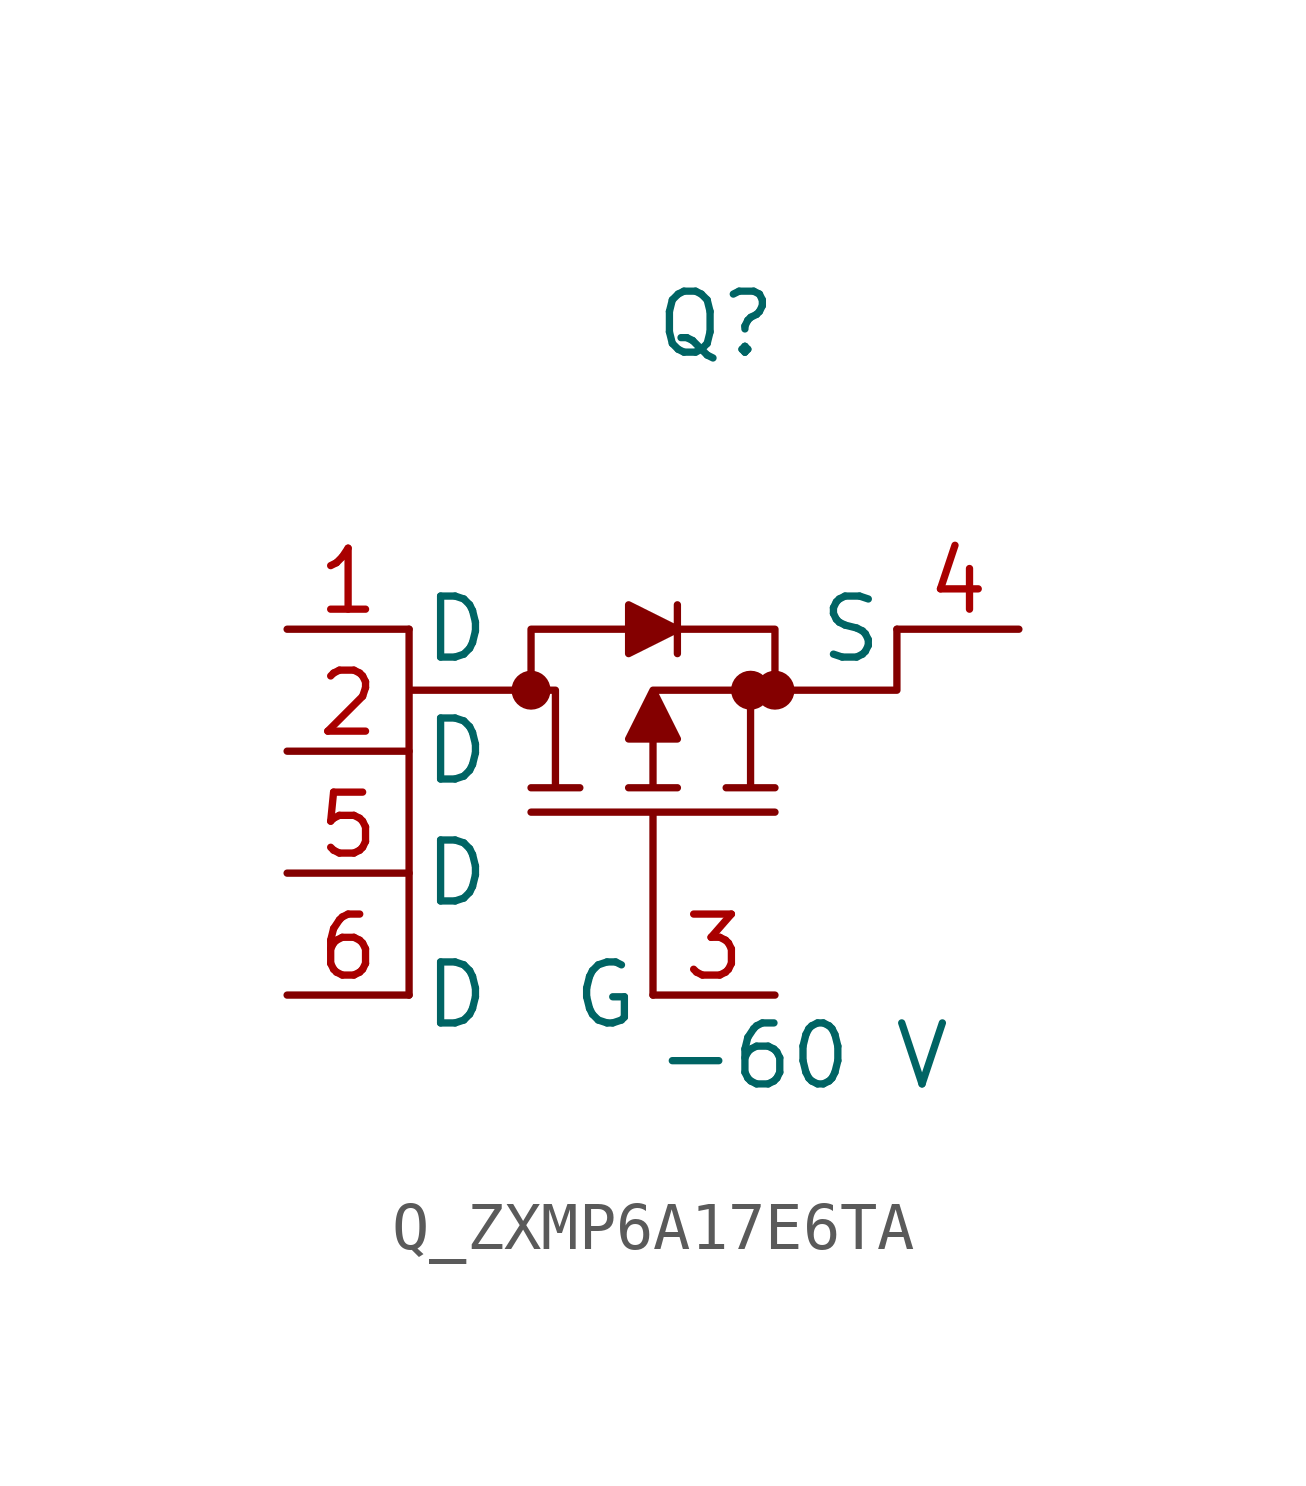
<source format=kicad_sym>
(kicad_symbol_lib
  (version 20231120)
  (generator kicad_symbol_editor)
  (generator_version 8.0)
  (symbol "Q_ZXMP6A17E6TA"
    (pin_names
      (offset 0.254))
    (property "Reference" "Q"
      (at 0 7.62 0)
      (effects (font (size 1.27 1.27)) (justify left)))
    (property "Value" "-60 V"
      (at 0 -7.62 0)
      (effects (font (size 1.27 1.27)) (justify left)))
    (symbol "Q_ZXMP6A17E6TA_1_0"
      (polyline (pts (xy 0 -6.35) (xy 0 -2.54) (xy -2.54 -2.54) (xy 2.54 -2.54) (xy 0 -2.54) (xy 0 -6.35)) (stroke (width 0) (type default)) (fill (type outline)))
      (polyline (pts (xy -5.08 1.27) (xy -5.08 -6.35) (xy -5.08 0.0) (xy -2.54 0.0) (xy -2.032 0.0) (xy -2.032 -2.032) (xy -2.54 -2.032) (xy -1.524 -2.032) (xy -2.032 -2.032) (xy -2.032 0.0) (xy -2.54 0.0) (xy -2.54 1.27) (xy -0.508 1.27) (xy -0.508 0.762) (xy 0.508 1.27) (xy 0.508 0.762) (xy 0.508 1.27) (xy 2.54 1.27) (xy 2.54 0.0) (xy 0 0.0) (xy -0.508 -1.016) (xy 0 -1.016) (xy 0 -2.032) (xy -0.508 -2.032) (xy 0.508 -2.032) (xy 0 -2.032) (xy 0 -1.016) (xy 0.508 -1.016) (xy 0 0.0) (xy 2.032 0.0) (xy 2.032 -2.032) (xy 1.524 -2.032) (xy 2.54 -2.032) (xy 2.032 -2.032) (xy 2.032 0.0) (xy 2.54 0.0) (xy 5.08 0.0) (xy 5.08 1.27) (xy 5.08 0.0) (xy 2.54 0.0) (xy 2.54 1.27) (xy 0.508 1.27) (xy 0.508 1.778) (xy 0.508 1.27) (xy -0.508 1.778) (xy -0.508 1.27) (xy -2.54 1.27) (xy -2.54 0.0) (xy -5.08 0.0)) (stroke (width 0) (type default)) (fill (type outline)))
      (circle (center -2.54 0.0) (radius 0.025) (stroke (width 0.381) (type default)) (fill (type none)))
      (circle (center 2.032 0.0) (radius 0.025) (stroke (width 0.381) (type default)) (fill (type none)))
      (circle (center 2.54 0.0) (radius 0.025) (stroke (width 0.381) (type default)) (fill (type none)))
      (pin unspecified line (at -7.62 1.27 0) (length 2.54) (name "D" (effects (font (size 1.27 1.27)))) (number "1" (effects (font (size 1.27 1.27)))))
      (pin unspecified line (at -7.62 -1.27 0) (length 2.54) (name "D" (effects (font (size 1.27 1.27)))) (number "2" (effects (font (size 1.27 1.27)))))
      (pin unspecified line (at -7.62 -3.81 0) (length 2.54) (name "D" (effects (font (size 1.27 1.27)))) (number "5" (effects (font (size 1.27 1.27)))))
      (pin unspecified line (at -7.62 -6.35 0) (length 2.54) (name "D" (effects (font (size 1.27 1.27)))) (number "6" (effects (font (size 1.27 1.27)))))
      (pin unspecified line (at 7.62 1.27 180) (length 2.54) (name "S" (effects (font (size 1.27 1.27)))) (number "4" (effects (font (size 1.27 1.27)))))
      (pin unspecified line (at 2.54 -6.35 180) (length 2.54) (name "G" (effects (font (size 1.27 1.27)))) (number "3" (effects (font (size 1.27 1.27))))))))
</source>
